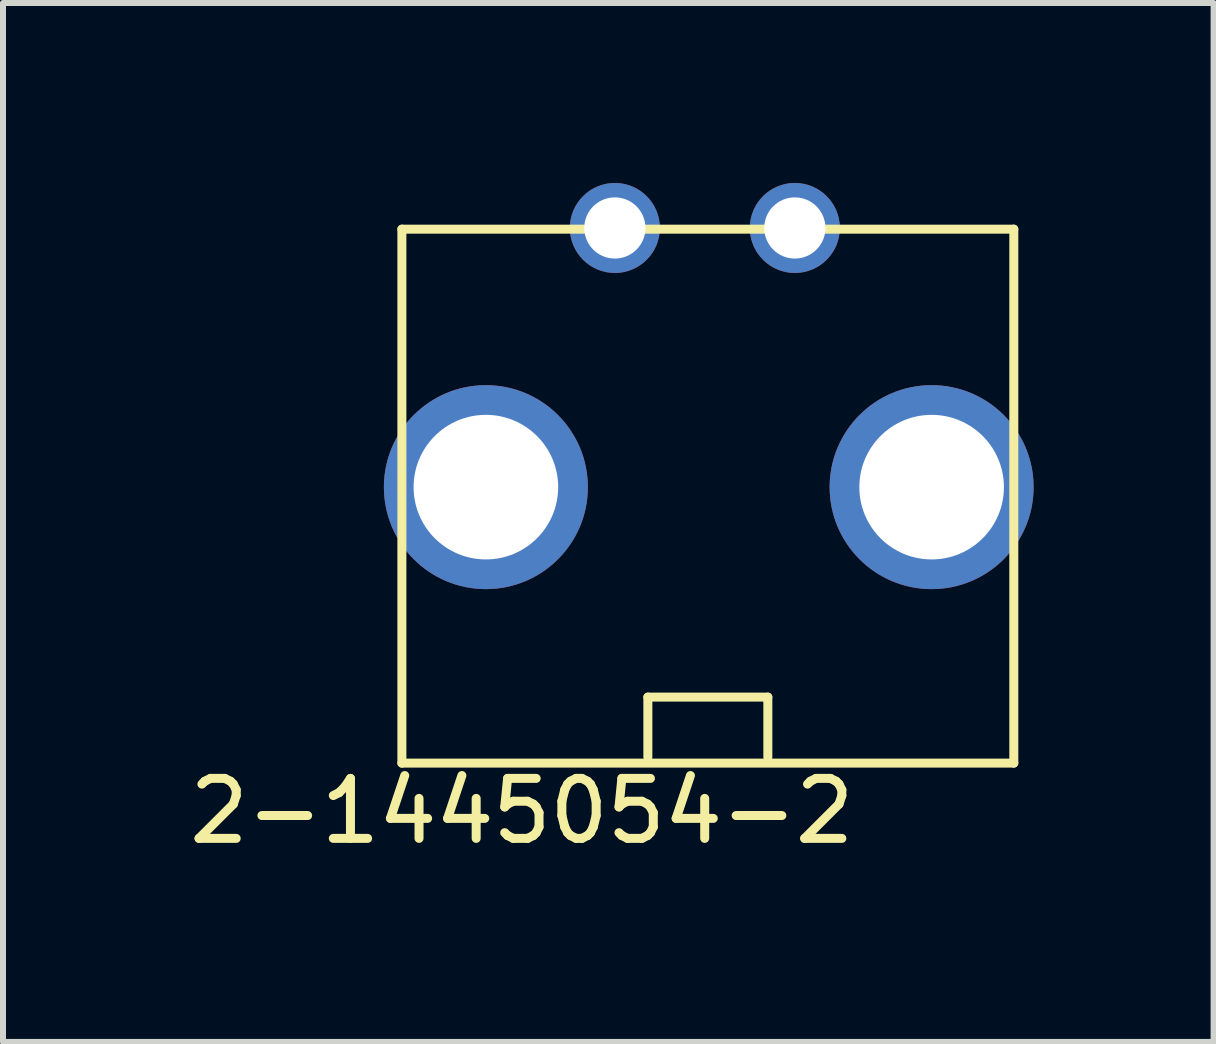
<source format=kicad_pcb>
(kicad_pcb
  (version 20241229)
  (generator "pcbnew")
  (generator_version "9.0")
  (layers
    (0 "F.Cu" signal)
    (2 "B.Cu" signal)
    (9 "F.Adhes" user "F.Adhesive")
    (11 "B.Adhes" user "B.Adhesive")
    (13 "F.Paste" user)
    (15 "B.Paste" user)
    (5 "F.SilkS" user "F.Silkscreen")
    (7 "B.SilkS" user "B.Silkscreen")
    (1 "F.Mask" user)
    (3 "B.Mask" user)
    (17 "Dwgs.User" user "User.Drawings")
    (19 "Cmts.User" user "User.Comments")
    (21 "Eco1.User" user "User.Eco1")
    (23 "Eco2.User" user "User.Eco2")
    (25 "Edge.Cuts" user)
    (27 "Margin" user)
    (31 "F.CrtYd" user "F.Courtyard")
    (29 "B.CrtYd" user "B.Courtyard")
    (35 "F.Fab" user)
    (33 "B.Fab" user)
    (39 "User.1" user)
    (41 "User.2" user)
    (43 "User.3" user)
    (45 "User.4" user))
  (footprint "2-1445054-2"
    (layer "F.Cu")
    (at 8.749 5.07)
    (property "Reference" "2-1445054-2" (at -3.1 5.4 0) (layer "F.SilkS") (effects (font (size 1 1) (thickness 0.15))))
    (attr through_hole)
    (fp_line (start -5.1 -4.3) (end -5.1 4.6) (stroke (width 0.15) (type solid)) (layer "F.SilkS"))
    (fp_line (start -5.1 4.6) (end 5.1 4.6) (stroke (width 0.15) (type solid)) (layer "F.SilkS"))
    (fp_line (start -1 3.5) (end -1 4.5) (stroke (width 0.15) (type solid)) (layer "F.SilkS"))
    (fp_line (start 1 3.5) (end -1 3.5) (stroke (width 0.15) (type solid)) (layer "F.SilkS"))
    (fp_line (start 1 4.5) (end 1 3.5) (stroke (width 0.15) (type solid)) (layer "F.SilkS"))
    (fp_line (start 5.1 -4.3) (end -5.1 -4.3) (stroke (width 0.15) (type solid)) (layer "F.SilkS"))
    (fp_line (start 5.1 -4.3) (end 5.1 4.6) (stroke (width 0.15) (type solid)) (layer "F.SilkS"))
    (pad "0" thru_hole circle (at -3.7 0) (size 3.4 3.4) (drill 2.41) (layers "*.Cu" "*.Mask"))
    (pad "0" thru_hole circle (at 3.73 0) (size 3.4 3.4) (drill 2.41) (layers "*.Cu" "*.Mask"))
    (pad "1" thru_hole circle (at -1.55 -4.32) (size 1.5 1.5) (drill 1.02) (layers "*.Cu" "*.Mask"))
    (pad "2" thru_hole circle (at 1.45 -4.32) (size 1.5 1.5) (drill 1.02) (layers "*.Cu" "*.Mask")))
  (gr_rect
    (start -3 -3)
    (end 17.179 14.318)
    (stroke (width 0.1) (type default))
    (fill no)
    (layer "Edge.Cuts")))
</source>
